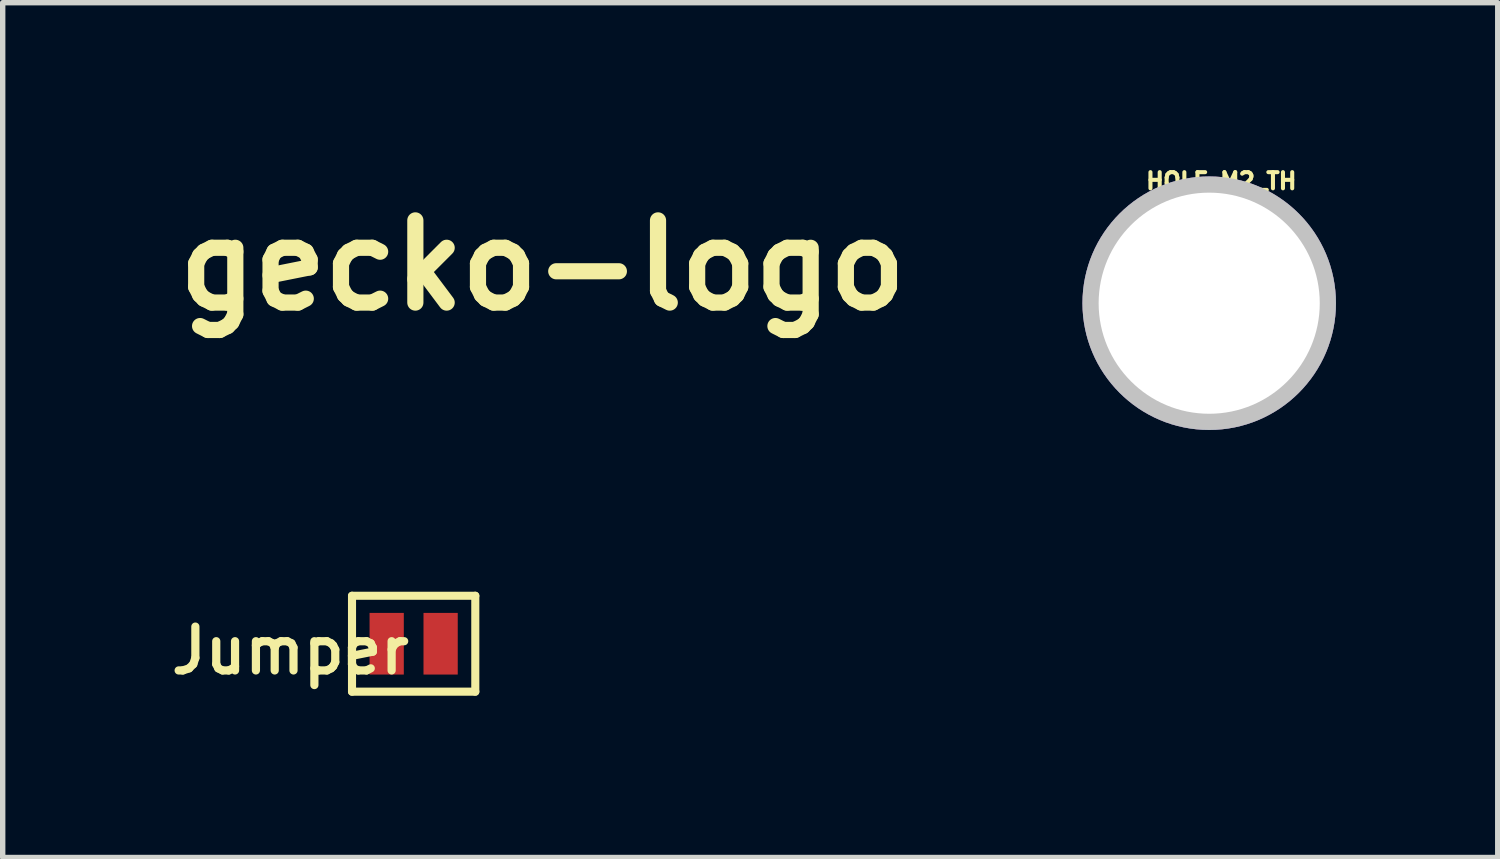
<source format=kicad_pcb>
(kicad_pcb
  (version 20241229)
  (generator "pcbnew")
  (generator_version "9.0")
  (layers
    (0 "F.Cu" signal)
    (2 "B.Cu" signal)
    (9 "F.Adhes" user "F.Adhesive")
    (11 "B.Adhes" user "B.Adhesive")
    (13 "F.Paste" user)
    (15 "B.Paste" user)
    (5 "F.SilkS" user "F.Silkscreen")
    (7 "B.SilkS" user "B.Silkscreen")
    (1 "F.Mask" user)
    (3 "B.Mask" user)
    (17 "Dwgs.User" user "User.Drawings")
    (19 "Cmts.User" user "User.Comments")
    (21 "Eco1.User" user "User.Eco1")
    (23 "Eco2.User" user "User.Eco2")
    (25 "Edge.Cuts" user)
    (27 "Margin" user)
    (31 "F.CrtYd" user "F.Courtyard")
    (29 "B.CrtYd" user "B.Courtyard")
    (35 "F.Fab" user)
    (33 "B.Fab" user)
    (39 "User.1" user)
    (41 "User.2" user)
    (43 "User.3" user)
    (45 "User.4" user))
  (footprint "gecko-logo"
    (layer "F.Cu")
    (at 7.01 1.871)
    (property "Reference" "gecko-logo" (at 0 0 0) (layer "F.SilkS") (effects (font (size 1.524 1.524) (thickness 0.3))))
    (attr through_hole)
    (fp_poly (pts (xy 0.601 -1.846) (xy 0.63 -1.801) (xy 0.661 -1.732) (xy 0.674 -1.697) (xy 0.697 -1.64) (xy 0.718 -1.594) (xy 0.735 -1.562) (xy 0.746 -1.549) (xy 0.746 -1.549) (xy 0.758 -1.538) (xy 0.762 -1.507) (xy 0.762 -1.505) (xy 0.767 -1.463) (xy 0.779 -1.418) (xy 0.782 -1.412) (xy 0.79 -1.388) (xy 0.794 -1.363) (xy 0.795 -1.332) (xy 0.791 -1.288) (xy 0.784 -1.226) (xy 0.783 -1.219) (xy 0.764 -1.075) (xy 0.905 -0.89) (xy 0.95 -0.831) (xy 0.989 -0.779) (xy 1.021 -0.738) (xy 1.042 -0.71) (xy 1.05 -0.7) (xy 1.064 -0.7) (xy 1.096 -0.707) (xy 1.139 -0.719) (xy 1.189 -0.734) (xy 1.239 -0.75) (xy 1.282 -0.765) (xy 1.314 -0.779) (xy 1.325 -0.786) (xy 1.346 -0.811) (xy 1.371 -0.852) (xy 1.396 -0.901) (xy 1.417 -0.949) (xy 1.432 -0.989) (xy 1.435 -1.01) (xy 1.443 -1.038) (xy 1.463 -1.052) (xy 1.486 -1.046) (xy 1.49 -1.043) (xy 1.498 -1.025) (xy 1.489 -1.003) (xy 1.479 -0.976) (xy 1.474 -0.935) (xy 1.473 -0.915) (xy 1.477 -0.872) (xy 1.49 -0.848) (xy 1.514 -0.843) (xy 1.551 -0.857) (xy 1.602 -0.888) (xy 1.647 -0.917) (xy 1.675 -0.933) (xy 1.692 -0.937) (xy 1.701 -0.931) (xy 1.707 -0.92) (xy 1.709 -0.892) (xy 1.689 -0.878) (xy 1.677 -0.876) (xy 1.654 -0.866) (xy 1.627 -0.841) (xy 1.601 -0.808) (xy 1.582 -0.776) (xy 1.577 -0.753) (xy 1.591 -0.734) (xy 1.619 -0.714) (xy 1.653 -0.697) (xy 1.686 -0.686) (xy 1.708 -0.686) (xy 1.71 -0.687) (xy 1.732 -0.693) (xy 1.754 -0.686) (xy 1.765 -0.669) (xy 1.765 -0.669) (xy 1.757 -0.639) (xy 1.736 -0.628) (xy 1.717 -0.634) (xy 1.685 -0.644) (xy 1.644 -0.648) (xy 1.603 -0.647) (xy 1.57 -0.64) (xy 1.554 -0.628) (xy 1.558 -0.608) (xy 1.576 -0.58) (xy 1.602 -0.55) (xy 1.63 -0.524) (xy 1.654 -0.509) (xy 1.661 -0.508) (xy 1.674 -0.499) (xy 1.674 -0.479) (xy 1.664 -0.459) (xy 1.647 -0.447) (xy 1.647 -0.447) (xy 1.625 -0.453) (xy 1.617 -0.467) (xy 1.603 -0.483) (xy 1.571 -0.506) (xy 1.528 -0.531) (xy 1.479 -0.555) (xy 1.43 -0.577) (xy 1.388 -0.591) (xy 1.359 -0.597) (xy 1.335 -0.595) (xy 1.292 -0.59) (xy 1.234 -0.583) (xy 1.169 -0.573) (xy 1.146 -0.57) (xy 1.081 -0.561) (xy 1.026 -0.553) (xy 0.985 -0.549) (xy 0.963 -0.547) (xy 0.961 -0.548) (xy 0.953 -0.56) (xy 0.934 -0.589) (xy 0.907 -0.632) (xy 0.875 -0.685) (xy 0.864 -0.702) (xy 0.83 -0.756) (xy 0.801 -0.8) (xy 0.78 -0.832) (xy 0.768 -0.847) (xy 0.767 -0.847) (xy 0.766 -0.834) (xy 0.767 -0.798) (xy 0.77 -0.745) (xy 0.773 -0.676) (xy 0.778 -0.595) (xy 0.782 -0.52) (xy 0.802 -0.197) (xy 0.674 0.049) (xy 0.637 0.121) (xy 0.605 0.187) (xy 0.58 0.242) (xy 0.562 0.282) (xy 0.555 0.306) (xy 0.555 0.309) (xy 0.565 0.323) (xy 0.587 0.355) (xy 0.62 0.401) (xy 0.661 0.458) (xy 0.708 0.522) (xy 0.733 0.556) (xy 0.782 0.624) (xy 0.825 0.684) (xy 0.861 0.735) (xy 0.888 0.773) (xy 0.903 0.795) (xy 0.905 0.799) (xy 0.896 0.81) (xy 0.87 0.832) (xy 0.828 0.865) (xy 0.775 0.907) (xy 0.712 0.954) (xy 0.679 0.977) (xy 0.613 1.026) (xy 0.554 1.07) (xy 0.505 1.107) (xy 0.47 1.135) (xy 0.45 1.151) (xy 0.448 1.154) (xy 0.455 1.167) (xy 0.478 1.189) (xy 0.513 1.214) (xy 0.552 1.239) (xy 0.59 1.26) (xy 0.616 1.271) (xy 0.662 1.28) (xy 0.728 1.284) (xy 0.794 1.284) (xy 0.855 1.282) (xy 0.896 1.278) (xy 0.923 1.271) (xy 0.942 1.26) (xy 0.948 1.256) (xy 0.968 1.239) (xy 0.983 1.24) (xy 0.996 1.252) (xy 1.01 1.276) (xy 1.01 1.292) (xy 1.004 1.311) (xy 1.003 1.315) (xy 0.992 1.319) (xy 0.966 1.321) (xy 0.965 1.321) (xy 0.931 1.327) (xy 0.888 1.341) (xy 0.862 1.353) (xy 0.826 1.374) (xy 0.807 1.39) (xy 0.802 1.408) (xy 0.802 1.419) (xy 0.811 1.443) (xy 0.832 1.465) (xy 0.873 1.49) (xy 0.877 1.493) (xy 0.92 1.516) (xy 0.959 1.533) (xy 0.981 1.541) (xy 1.011 1.557) (xy 1.023 1.582) (xy 1.015 1.608) (xy 0.99 1.624) (xy 0.964 1.621) (xy 0.947 1.602) (xy 0.947 1.602) (xy 0.934 1.586) (xy 0.906 1.574) (xy 0.857 1.562) (xy 0.856 1.562) (xy 0.811 1.554) (xy 0.784 1.552) (xy 0.768 1.557) (xy 0.756 1.569) (xy 0.755 1.57) (xy 0.743 1.59) (xy 0.738 1.612) (xy 0.739 1.644) (xy 0.745 1.693) (xy 0.754 1.733) (xy 0.768 1.753) (xy 0.776 1.757) (xy 0.793 1.766) (xy 0.791 1.787) (xy 0.789 1.793) (xy 0.771 1.82) (xy 0.747 1.827) (xy 0.725 1.815) (xy 0.716 1.795) (xy 0.706 1.762) (xy 0.689 1.719) (xy 0.678 1.694) (xy 0.656 1.652) (xy 0.635 1.63) (xy 0.617 1.623) (xy 0.599 1.621) (xy 0.586 1.628) (xy 0.576 1.649) (xy 0.563 1.689) (xy 0.56 1.697) (xy 0.549 1.743) (xy 0.542 1.782) (xy 0.543 1.805) (xy 0.541 1.833) (xy 0.523 1.849) (xy 0.498 1.852) (xy 0.476 1.838) (xy 0.471 1.83) (xy 0.465 1.806) (xy 0.478 1.789) (xy 0.487 1.778) (xy 0.492 1.76) (xy 0.493 1.729) (xy 0.492 1.681) (xy 0.489 1.639) (xy 0.486 1.589) (xy 0.481 1.548) (xy 0.473 1.514) (xy 0.46 1.481) (xy 0.44 1.445) (xy 0.41 1.402) (xy 0.368 1.348) (xy 0.313 1.279) (xy 0.307 1.273) (xy 0.276 1.235) (xy 0.252 1.205) (xy 0.236 1.181) (xy 0.23 1.16) (xy 0.236 1.138) (xy 0.254 1.112) (xy 0.285 1.079) (xy 0.331 1.036) (xy 0.394 0.98) (xy 0.437 0.941) (xy 0.613 0.781) (xy 0.508 0.683) (xy 0.465 0.644) (xy 0.43 0.612) (xy 0.405 0.591) (xy 0.395 0.584) (xy 0.386 0.595) (xy 0.366 0.622) (xy 0.339 0.662) (xy 0.318 0.695) (xy 0.259 0.778) (xy 0.184 0.867) (xy 0.101 0.953) (xy 0.015 1.031) (xy -0.053 1.084) (xy -0.122 1.128) (xy -0.206 1.173) (xy -0.294 1.216) (xy -0.38 1.251) (xy -0.451 1.274) (xy -0.537 1.293) (xy -0.633 1.307) (xy -0.731 1.316) (xy -0.821 1.318) (xy -0.864 1.316) (xy -1.016 1.291) (xy -1.163 1.242) (xy -1.302 1.171) (xy -1.431 1.079) (xy -1.549 0.967) (xy -1.654 0.837) (xy -1.714 0.743) (xy -1.743 0.692) (xy -1.708 0.737) (xy -1.665 0.786) (xy -1.609 0.844) (xy -1.547 0.904) (xy -1.484 0.962) (xy -1.426 1.012) (xy -1.377 1.048) (xy -1.372 1.052) (xy -1.245 1.121) (xy -1.112 1.169) (xy -0.976 1.196) (xy -0.841 1.201) (xy -0.71 1.183) (xy -0.669 1.172) (xy -0.589 1.144) (xy -0.499 1.104) (xy -0.407 1.057) (xy -0.324 1.007) (xy -0.304 0.994) (xy -0.235 0.944) (xy -0.174 0.891) (xy -0.117 0.832) (xy -0.06 0.763) (xy -0.002 0.681) (xy 0.061 0.582) (xy 0.108 0.502) (xy 0.182 0.376) (xy 0.063 0.265) (xy 0.018 0.225) (xy -0.02 0.193) (xy -0.047 0.174) (xy -0.06 0.168) (xy -0.061 0.169) (xy -0.063 0.187) (xy -0.067 0.225) (xy -0.073 0.277) (xy -0.079 0.339) (xy -0.08 0.348) (xy -0.095 0.512) (xy -0.299 0.316) (xy -0.368 0.249) (xy -0.422 0.199) (xy -0.464 0.162) (xy -0.497 0.136) (xy -0.523 0.119) (xy -0.547 0.108) (xy -0.563 0.102) (xy -0.609 0.094) (xy -0.665 0.091) (xy -0.726 0.092) (xy -0.783 0.097) (xy -0.83 0.106) (xy -0.86 0.118) (xy -0.863 0.12) (xy -0.884 0.133) (xy -0.904 0.125) (xy -0.907 0.123) (xy -0.925 0.099) (xy -0.922 0.074) (xy -0.901 0.059) (xy -0.888 0.057) (xy -0.858 0.051) (xy -0.818 0.038) (xy -0.776 0.021) (xy -0.74 0.003) (xy -0.719 -0.012) (xy -0.717 -0.013) (xy -0.712 -0.044) (xy -0.731 -0.075) (xy -0.776 -0.109) (xy -0.803 -0.123) (xy -0.846 -0.145) (xy -0.883 -0.162) (xy -0.905 -0.17) (xy -0.923 -0.187) (xy -0.926 -0.213) (xy -0.912 -0.239) (xy -0.886 -0.253) (xy -0.865 -0.245) (xy -0.858 -0.23) (xy -0.842 -0.212) (xy -0.805 -0.196) (xy -0.771 -0.186) (xy -0.728 -0.176) (xy -0.702 -0.172) (xy -0.685 -0.176) (xy -0.67 -0.188) (xy -0.667 -0.191) (xy -0.651 -0.222) (xy -0.644 -0.267) (xy -0.648 -0.314) (xy -0.661 -0.354) (xy -0.674 -0.37) (xy -0.696 -0.4) (xy -0.694 -0.429) (xy -0.685 -0.44) (xy -0.662 -0.449) (xy -0.638 -0.444) (xy -0.623 -0.426) (xy -0.622 -0.421) (xy -0.617 -0.399) (xy -0.605 -0.362) (xy -0.588 -0.321) (xy -0.568 -0.278) (xy -0.552 -0.254) (xy -0.536 -0.243) (xy -0.52 -0.241) (xy -0.501 -0.244) (xy -0.487 -0.256) (xy -0.475 -0.282) (xy -0.464 -0.317) (xy -0.453 -0.361) (xy -0.447 -0.399) (xy -0.448 -0.418) (xy -0.445 -0.445) (xy -0.426 -0.462) (xy -0.401 -0.463) (xy -0.383 -0.452) (xy -0.369 -0.431) (xy -0.376 -0.409) (xy -0.378 -0.406) (xy -0.386 -0.38) (xy -0.391 -0.331) (xy -0.394 -0.265) (xy -0.394 -0.25) (xy -0.394 -0.118) (xy -0.296 0.018) (xy -0.26 0.068) (xy -0.233 0.104) (xy -0.213 0.124) (xy -0.199 0.127) (xy -0.189 0.112) (xy -0.181 0.077) (xy -0.173 0.02) (xy -0.163 -0.06) (xy -0.159 -0.098) (xy -0.151 -0.165) (xy -0.143 -0.222) (xy -0.136 -0.264) (xy -0.13 -0.288) (xy -0.128 -0.292) (xy -0.117 -0.284) (xy -0.09 -0.261) (xy -0.05 -0.226) (xy 0.000122 -0.182) (xy 0.057 -0.131) (xy 0.069 -0.12) (xy 0.126 -0.069) (xy 0.177 -0.024) (xy 0.218 0.013) (xy 0.247 0.037) (xy 0.26 0.047) (xy 0.261 0.048) (xy 0.261 0.035) (xy 0.26 0.001) (xy 0.258 -0.049) (xy 0.254 -0.11) (xy 0.253 -0.133) (xy 0.249 -0.202) (xy 0.248 -0.267) (xy 0.249 -0.334) (xy 0.252 -0.41) (xy 0.258 -0.499) (xy 0.267 -0.607) (xy 0.267 -0.608) (xy 0.274 -0.692) (xy 0.28 -0.767) (xy 0.285 -0.83) (xy 0.288 -0.876) (xy 0.289 -0.904) (xy 0.289 -0.909) (xy 0.277 -0.905) (xy 0.247 -0.89) (xy 0.204 -0.867) (xy 0.152 -0.839) (xy 0.148 -0.836) (xy 0.095 -0.807) (xy 0.052 -0.784) (xy 0.021 -0.769) (xy 0.008 -0.764) (xy 0.008 -0.764) (xy -0.013 -0.79) (xy -0.045 -0.828) (xy -0.085 -0.875) (xy -0.13 -0.926) (xy -0.177 -0.979) (xy -0.222 -1.029) (xy -0.263 -1.073) (xy -0.295 -1.108) (xy -0.316 -1.128) (xy -0.321 -1.132) (xy -0.364 -1.152) (xy -0.414 -1.17) (xy -0.465 -1.185) (xy -0.509 -1.194) (xy -0.539 -1.196) (xy -0.546 -1.194) (xy -0.571 -1.192) (xy -0.59 -1.207) (xy -0.594 -1.232) (xy -0.593 -1.237) (xy -0.584 -1.247) (xy -0.563 -1.251) (xy -0.525 -1.25) (xy -0.492 -1.248) (xy -0.443 -1.245) (xy -0.415 -1.245) (xy -0.4 -1.251) (xy -0.392 -1.262) (xy -0.39 -1.271) (xy -0.389 -1.299) (xy -0.402 -1.331) (xy -0.432 -1.37) (xy -0.465 -1.404) (xy -0.494 -1.439) (xy -0.502 -1.466) (xy -0.491 -1.482) (xy -0.47 -1.486) (xy -0.449 -1.477) (xy -0.444 -1.464) (xy -0.434 -1.443) (xy -0.407 -1.419) (xy -0.372 -1.396) (xy -0.336 -1.381) (xy -0.308 -1.377) (xy -0.306 -1.378) (xy -0.286 -1.395) (xy -0.268 -1.429) (xy -0.257 -1.469) (xy -0.254 -1.506) (xy -0.259 -1.527) (xy -0.265 -1.551) (xy -0.258 -1.563) (xy -0.235 -1.573) (xy -0.214 -1.563) (xy -0.205 -1.539) (xy -0.205 -1.534) (xy -0.206 -1.504) (xy -0.206 -1.462) (xy -0.205 -1.44) (xy -0.202 -1.399) (xy -0.194 -1.378) (xy -0.18 -1.368) (xy -0.179 -1.368) (xy -0.156 -1.374) (xy -0.128 -1.396) (xy -0.1 -1.429) (xy -0.078 -1.466) (xy -0.071 -1.484) (xy -0.055 -1.506) (xy -0.034 -1.509) (xy -0.011 -1.497) (xy -0.003 -1.478) (xy -0.012 -1.46) (xy -0.022 -1.455) (xy -0.037 -1.44) (xy -0.054 -1.407) (xy -0.073 -1.361) (xy -0.091 -1.31) (xy -0.105 -1.26) (xy -0.113 -1.216) (xy -0.114 -1.199) (xy -0.106 -1.167) (xy -0.084 -1.119) (xy -0.048 -1.058) (xy -0.044 -1.052) (xy 0.027 -0.941) (xy 0.163 -1.012) (xy 0.216 -1.041) (xy 0.261 -1.065) (xy 0.293 -1.083) (xy 0.308 -1.092) (xy 0.308 -1.092) (xy 0.311 -1.107) (xy 0.311 -1.142) (xy 0.31 -1.191) (xy 0.307 -1.238) (xy 0.302 -1.302) (xy 0.301 -1.347) (xy 0.303 -1.379) (xy 0.31 -1.406) (xy 0.319 -1.428) (xy 0.334 -1.47) (xy 0.342 -1.511) (xy 0.343 -1.52) (xy 0.349 -1.553) (xy 0.363 -1.564) (xy 0.376 -1.577) (xy 0.397 -1.609) (xy 0.422 -1.655) (xy 0.445 -1.702) (xy 0.484 -1.78) (xy 0.517 -1.833) (xy 0.547 -1.862) (xy 0.574 -1.866) (xy 0.601 -1.846)) (stroke (width 0.01) (type solid)) (fill yes) (layer "F.Mask")))
  (footprint "Jumper"
    (layer "F.Cu")
    (at 4.62 8.886)
    (property "Reference" "Jumper" (at -2.286 0.127 0) (layer "F.SilkS") (effects (font (size 0.813 0.813) (thickness 0.152))))
    (attr smd)
    (fp_line (start -1.143 -0.889) (end 1.143 -0.889) (stroke (width 0.15) (type solid)) (layer "F.SilkS"))
    (fp_line (start -1.143 0.889) (end -1.143 -0.889) (stroke (width 0.15) (type solid)) (layer "F.SilkS"))
    (fp_line (start 1.143 -0.889) (end 1.143 0.889) (stroke (width 0.15) (type solid)) (layer "F.SilkS"))
    (fp_line (start 1.143 0.889) (end -1.143 0.889) (stroke (width 0.15) (type solid)) (layer "F.SilkS"))
    (pad "1" smd rect (at -0.5 0) (size 0.635 1.143) (layers "F.Cu" "F.Mask" "F.Paste"))
    (pad "2" smd rect (at 0.5 0) (size 0.635 1.143) (layers "F.Cu" "F.Mask" "F.Paste")))
  (footprint "HOLE_M2_TH"
    (layer "F.Cu")
    (at 19.596 2.847)
    (property "Reference" "HOLE_M2_TH" (at 0 -2.54 0) (layer "F.SilkS") (effects (font (size 0.3 0.3) (thickness 0.076))))
    (attr through_hole)
    (pad "" thru_hole circle (at -0.225 -0.275 90) (size 4.7 4.7) (drill 4.1) (layers "*.Cu" "*.Mask" "Dwgs.User")))
  (gr_rect
    (start -3 -3)
    (end 24.721 12.85)
    (stroke (width 0.1) (type default))
    (fill no)
    (layer "Edge.Cuts")))
</source>
